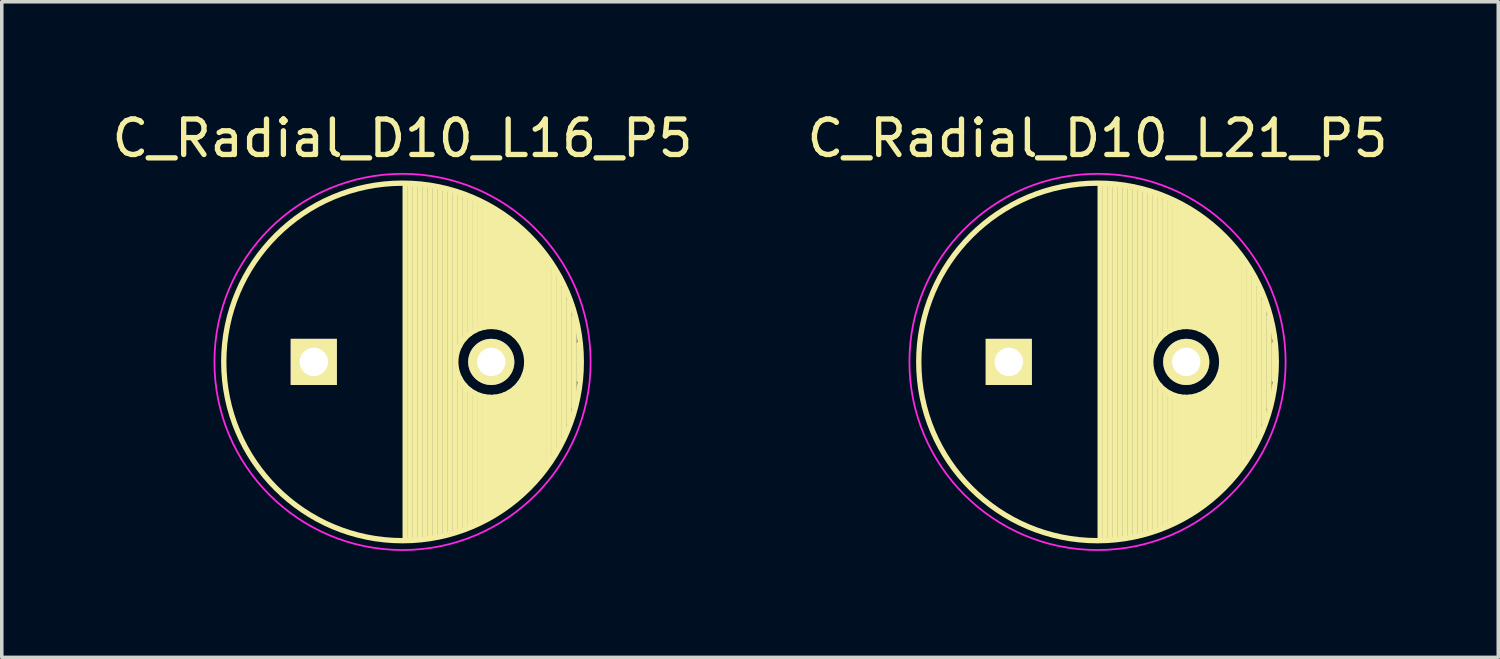
<source format=kicad_pcb>
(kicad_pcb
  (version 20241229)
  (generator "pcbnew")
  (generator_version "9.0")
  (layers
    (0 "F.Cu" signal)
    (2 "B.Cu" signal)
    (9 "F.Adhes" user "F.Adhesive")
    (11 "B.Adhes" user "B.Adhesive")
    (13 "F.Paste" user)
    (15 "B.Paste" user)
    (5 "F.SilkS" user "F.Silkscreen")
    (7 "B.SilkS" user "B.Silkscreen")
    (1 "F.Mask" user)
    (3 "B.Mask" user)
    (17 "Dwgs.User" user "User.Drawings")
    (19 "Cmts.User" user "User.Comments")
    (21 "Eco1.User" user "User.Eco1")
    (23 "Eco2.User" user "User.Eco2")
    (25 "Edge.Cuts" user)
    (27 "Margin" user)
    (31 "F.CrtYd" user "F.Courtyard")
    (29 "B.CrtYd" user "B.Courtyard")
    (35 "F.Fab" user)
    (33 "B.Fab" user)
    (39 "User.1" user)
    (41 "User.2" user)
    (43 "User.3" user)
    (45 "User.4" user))
  (footprint "C_Radial_D10_L16_P5"
    (layer "F.Cu")
    (at 5.792 7.148)
    (property "Reference" "C_Radial_D10_L16_P5" (at 2.5 -6.3 0) (layer "F.SilkS") (effects (font (size 1 1) (thickness 0.15))))
    (attr through_hole)
    (fp_line (start 2.575 -4.999) (end 2.575 4.999) (stroke (width 0.15) (type solid)) (layer "F.SilkS"))
    (fp_line (start 2.715 -4.995) (end 2.715 4.995) (stroke (width 0.15) (type solid)) (layer "F.SilkS"))
    (fp_line (start 2.855 -4.987) (end 2.855 4.987) (stroke (width 0.15) (type solid)) (layer "F.SilkS"))
    (fp_line (start 2.995 -4.975) (end 2.995 4.975) (stroke (width 0.15) (type solid)) (layer "F.SilkS"))
    (fp_line (start 3.135 -4.96) (end 3.135 4.96) (stroke (width 0.15) (type solid)) (layer "F.SilkS"))
    (fp_line (start 3.275 -4.94) (end 3.275 4.94) (stroke (width 0.15) (type solid)) (layer "F.SilkS"))
    (fp_line (start 3.415 -4.916) (end 3.415 4.916) (stroke (width 0.15) (type solid)) (layer "F.SilkS"))
    (fp_line (start 3.555 -4.887) (end 3.555 4.887) (stroke (width 0.15) (type solid)) (layer "F.SilkS"))
    (fp_line (start 3.695 -4.855) (end 3.695 4.855) (stroke (width 0.15) (type solid)) (layer "F.SilkS"))
    (fp_line (start 3.835 -4.818) (end 3.835 4.818) (stroke (width 0.15) (type solid)) (layer "F.SilkS"))
    (fp_line (start 3.975 -4.777) (end 3.975 4.777) (stroke (width 0.15) (type solid)) (layer "F.SilkS"))
    (fp_line (start 4.115 -4.732) (end 4.115 -0.466) (stroke (width 0.15) (type solid)) (layer "F.SilkS"))
    (fp_line (start 4.115 0.466) (end 4.115 4.732) (stroke (width 0.15) (type solid)) (layer "F.SilkS"))
    (fp_line (start 4.255 -4.682) (end 4.255 -0.667) (stroke (width 0.15) (type solid)) (layer "F.SilkS"))
    (fp_line (start 4.255 0.667) (end 4.255 4.682) (stroke (width 0.15) (type solid)) (layer "F.SilkS"))
    (fp_line (start 4.395 -4.627) (end 4.395 -0.796) (stroke (width 0.15) (type solid)) (layer "F.SilkS"))
    (fp_line (start 4.395 0.796) (end 4.395 4.627) (stroke (width 0.15) (type solid)) (layer "F.SilkS"))
    (fp_line (start 4.535 -4.567) (end 4.535 -0.885) (stroke (width 0.15) (type solid)) (layer "F.SilkS"))
    (fp_line (start 4.535 0.885) (end 4.535 4.567) (stroke (width 0.15) (type solid)) (layer "F.SilkS"))
    (fp_line (start 4.675 -4.502) (end 4.675 -0.946) (stroke (width 0.15) (type solid)) (layer "F.SilkS"))
    (fp_line (start 4.675 0.946) (end 4.675 4.502) (stroke (width 0.15) (type solid)) (layer "F.SilkS"))
    (fp_line (start 4.815 -4.432) (end 4.815 -0.983) (stroke (width 0.15) (type solid)) (layer "F.SilkS"))
    (fp_line (start 4.815 0.983) (end 4.815 4.432) (stroke (width 0.15) (type solid)) (layer "F.SilkS"))
    (fp_line (start 4.955 -4.356) (end 4.955 -0.999) (stroke (width 0.15) (type solid)) (layer "F.SilkS"))
    (fp_line (start 4.955 0.999) (end 4.955 4.356) (stroke (width 0.15) (type solid)) (layer "F.SilkS"))
    (fp_line (start 5.095 -4.274) (end 5.095 -0.995) (stroke (width 0.15) (type solid)) (layer "F.SilkS"))
    (fp_line (start 5.095 0.995) (end 5.095 4.274) (stroke (width 0.15) (type solid)) (layer "F.SilkS"))
    (fp_line (start 5.235 -4.186) (end 5.235 -0.972) (stroke (width 0.15) (type solid)) (layer "F.SilkS"))
    (fp_line (start 5.235 0.972) (end 5.235 4.186) (stroke (width 0.15) (type solid)) (layer "F.SilkS"))
    (fp_line (start 5.375 -4.091) (end 5.375 -0.927) (stroke (width 0.15) (type solid)) (layer "F.SilkS"))
    (fp_line (start 5.375 0.927) (end 5.375 4.091) (stroke (width 0.15) (type solid)) (layer "F.SilkS"))
    (fp_line (start 5.515 -3.989) (end 5.515 -0.857) (stroke (width 0.15) (type solid)) (layer "F.SilkS"))
    (fp_line (start 5.515 0.857) (end 5.515 3.989) (stroke (width 0.15) (type solid)) (layer "F.SilkS"))
    (fp_line (start 5.655 -3.879) (end 5.655 -0.756) (stroke (width 0.15) (type solid)) (layer "F.SilkS"))
    (fp_line (start 5.655 0.756) (end 5.655 3.879) (stroke (width 0.15) (type solid)) (layer "F.SilkS"))
    (fp_line (start 5.795 -3.761) (end 5.795 -0.607) (stroke (width 0.15) (type solid)) (layer "F.SilkS"))
    (fp_line (start 5.795 0.607) (end 5.795 3.761) (stroke (width 0.15) (type solid)) (layer "F.SilkS"))
    (fp_line (start 5.935 -3.633) (end 5.935 -0.355) (stroke (width 0.15) (type solid)) (layer "F.SilkS"))
    (fp_line (start 5.935 0.355) (end 5.935 3.633) (stroke (width 0.15) (type solid)) (layer "F.SilkS"))
    (fp_line (start 6.075 -3.496) (end 6.075 3.496) (stroke (width 0.15) (type solid)) (layer "F.SilkS"))
    (fp_line (start 6.215 -3.346) (end 6.215 3.346) (stroke (width 0.15) (type solid)) (layer "F.SilkS"))
    (fp_line (start 6.355 -3.184) (end 6.355 3.184) (stroke (width 0.15) (type solid)) (layer "F.SilkS"))
    (fp_line (start 6.495 -3.007) (end 6.495 3.007) (stroke (width 0.15) (type solid)) (layer "F.SilkS"))
    (fp_line (start 6.635 -2.811) (end 6.635 2.811) (stroke (width 0.15) (type solid)) (layer "F.SilkS"))
    (fp_line (start 6.775 -2.593) (end 6.775 2.593) (stroke (width 0.15) (type solid)) (layer "F.SilkS"))
    (fp_line (start 6.915 -2.347) (end 6.915 2.347) (stroke (width 0.15) (type solid)) (layer "F.SilkS"))
    (fp_line (start 7.055 -2.062) (end 7.055 2.062) (stroke (width 0.15) (type solid)) (layer "F.SilkS"))
    (fp_line (start 7.195 -1.72) (end 7.195 1.72) (stroke (width 0.15) (type solid)) (layer "F.SilkS"))
    (fp_line (start 7.335 -1.274) (end 7.335 1.274) (stroke (width 0.15) (type solid)) (layer "F.SilkS"))
    (fp_line (start 7.475 -0.499) (end 7.475 0.499) (stroke (width 0.15) (type solid)) (layer "F.SilkS"))
    (fp_circle (center 2.5 0) (end 2.5 -5.037) (stroke (width 0.15) (type solid)) (fill no) (layer "F.SilkS"))
    (fp_circle (center 5 0) (end 5 -1) (stroke (width 0.15) (type solid)) (fill no) (layer "F.SilkS"))
    (fp_circle (center 2.5 0) (end 2.5 -5.3) (stroke (width 0.05) (type solid)) (fill no) (layer "F.CrtYd"))
    (pad "1" thru_hole rect (at 0 0) (size 1.3 1.3) (drill 0.8) (layers "*.Cu" "*.Mask" "F.SilkS"))
    (pad "2" thru_hole circle (at 5 0) (size 1.3 1.3) (drill 0.8) (layers "*.Cu" "*.Mask" "F.SilkS")))
  (footprint "C_Radial_D10_L21_P5"
    (layer "F.Cu")
    (at 25.375 7.148)
    (property "Reference" "C_Radial_D10_L21_P5" (at 2.5 -6.3 0) (layer "F.SilkS") (effects (font (size 1 1) (thickness 0.15))))
    (attr through_hole)
    (fp_line (start 2.575 -4.999) (end 2.575 4.999) (stroke (width 0.15) (type solid)) (layer "F.SilkS"))
    (fp_line (start 2.715 -4.995) (end 2.715 4.995) (stroke (width 0.15) (type solid)) (layer "F.SilkS"))
    (fp_line (start 2.855 -4.987) (end 2.855 4.987) (stroke (width 0.15) (type solid)) (layer "F.SilkS"))
    (fp_line (start 2.995 -4.975) (end 2.995 4.975) (stroke (width 0.15) (type solid)) (layer "F.SilkS"))
    (fp_line (start 3.135 -4.96) (end 3.135 4.96) (stroke (width 0.15) (type solid)) (layer "F.SilkS"))
    (fp_line (start 3.275 -4.94) (end 3.275 4.94) (stroke (width 0.15) (type solid)) (layer "F.SilkS"))
    (fp_line (start 3.415 -4.916) (end 3.415 4.916) (stroke (width 0.15) (type solid)) (layer "F.SilkS"))
    (fp_line (start 3.555 -4.887) (end 3.555 4.887) (stroke (width 0.15) (type solid)) (layer "F.SilkS"))
    (fp_line (start 3.695 -4.855) (end 3.695 4.855) (stroke (width 0.15) (type solid)) (layer "F.SilkS"))
    (fp_line (start 3.835 -4.818) (end 3.835 4.818) (stroke (width 0.15) (type solid)) (layer "F.SilkS"))
    (fp_line (start 3.975 -4.777) (end 3.975 4.777) (stroke (width 0.15) (type solid)) (layer "F.SilkS"))
    (fp_line (start 4.115 -4.732) (end 4.115 -0.466) (stroke (width 0.15) (type solid)) (layer "F.SilkS"))
    (fp_line (start 4.115 0.466) (end 4.115 4.732) (stroke (width 0.15) (type solid)) (layer "F.SilkS"))
    (fp_line (start 4.255 -4.682) (end 4.255 -0.667) (stroke (width 0.15) (type solid)) (layer "F.SilkS"))
    (fp_line (start 4.255 0.667) (end 4.255 4.682) (stroke (width 0.15) (type solid)) (layer "F.SilkS"))
    (fp_line (start 4.395 -4.627) (end 4.395 -0.796) (stroke (width 0.15) (type solid)) (layer "F.SilkS"))
    (fp_line (start 4.395 0.796) (end 4.395 4.627) (stroke (width 0.15) (type solid)) (layer "F.SilkS"))
    (fp_line (start 4.535 -4.567) (end 4.535 -0.885) (stroke (width 0.15) (type solid)) (layer "F.SilkS"))
    (fp_line (start 4.535 0.885) (end 4.535 4.567) (stroke (width 0.15) (type solid)) (layer "F.SilkS"))
    (fp_line (start 4.675 -4.502) (end 4.675 -0.946) (stroke (width 0.15) (type solid)) (layer "F.SilkS"))
    (fp_line (start 4.675 0.946) (end 4.675 4.502) (stroke (width 0.15) (type solid)) (layer "F.SilkS"))
    (fp_line (start 4.815 -4.432) (end 4.815 -0.983) (stroke (width 0.15) (type solid)) (layer "F.SilkS"))
    (fp_line (start 4.815 0.983) (end 4.815 4.432) (stroke (width 0.15) (type solid)) (layer "F.SilkS"))
    (fp_line (start 4.955 -4.356) (end 4.955 -0.999) (stroke (width 0.15) (type solid)) (layer "F.SilkS"))
    (fp_line (start 4.955 0.999) (end 4.955 4.356) (stroke (width 0.15) (type solid)) (layer "F.SilkS"))
    (fp_line (start 5.095 -4.274) (end 5.095 -0.995) (stroke (width 0.15) (type solid)) (layer "F.SilkS"))
    (fp_line (start 5.095 0.995) (end 5.095 4.274) (stroke (width 0.15) (type solid)) (layer "F.SilkS"))
    (fp_line (start 5.235 -4.186) (end 5.235 -0.972) (stroke (width 0.15) (type solid)) (layer "F.SilkS"))
    (fp_line (start 5.235 0.972) (end 5.235 4.186) (stroke (width 0.15) (type solid)) (layer "F.SilkS"))
    (fp_line (start 5.375 -4.091) (end 5.375 -0.927) (stroke (width 0.15) (type solid)) (layer "F.SilkS"))
    (fp_line (start 5.375 0.927) (end 5.375 4.091) (stroke (width 0.15) (type solid)) (layer "F.SilkS"))
    (fp_line (start 5.515 -3.989) (end 5.515 -0.857) (stroke (width 0.15) (type solid)) (layer "F.SilkS"))
    (fp_line (start 5.515 0.857) (end 5.515 3.989) (stroke (width 0.15) (type solid)) (layer "F.SilkS"))
    (fp_line (start 5.655 -3.879) (end 5.655 -0.756) (stroke (width 0.15) (type solid)) (layer "F.SilkS"))
    (fp_line (start 5.655 0.756) (end 5.655 3.879) (stroke (width 0.15) (type solid)) (layer "F.SilkS"))
    (fp_line (start 5.795 -3.761) (end 5.795 -0.607) (stroke (width 0.15) (type solid)) (layer "F.SilkS"))
    (fp_line (start 5.795 0.607) (end 5.795 3.761) (stroke (width 0.15) (type solid)) (layer "F.SilkS"))
    (fp_line (start 5.935 -3.633) (end 5.935 -0.355) (stroke (width 0.15) (type solid)) (layer "F.SilkS"))
    (fp_line (start 5.935 0.355) (end 5.935 3.633) (stroke (width 0.15) (type solid)) (layer "F.SilkS"))
    (fp_line (start 6.075 -3.496) (end 6.075 3.496) (stroke (width 0.15) (type solid)) (layer "F.SilkS"))
    (fp_line (start 6.215 -3.346) (end 6.215 3.346) (stroke (width 0.15) (type solid)) (layer "F.SilkS"))
    (fp_line (start 6.355 -3.184) (end 6.355 3.184) (stroke (width 0.15) (type solid)) (layer "F.SilkS"))
    (fp_line (start 6.495 -3.007) (end 6.495 3.007) (stroke (width 0.15) (type solid)) (layer "F.SilkS"))
    (fp_line (start 6.635 -2.811) (end 6.635 2.811) (stroke (width 0.15) (type solid)) (layer "F.SilkS"))
    (fp_line (start 6.775 -2.593) (end 6.775 2.593) (stroke (width 0.15) (type solid)) (layer "F.SilkS"))
    (fp_line (start 6.915 -2.347) (end 6.915 2.347) (stroke (width 0.15) (type solid)) (layer "F.SilkS"))
    (fp_line (start 7.055 -2.062) (end 7.055 2.062) (stroke (width 0.15) (type solid)) (layer "F.SilkS"))
    (fp_line (start 7.195 -1.72) (end 7.195 1.72) (stroke (width 0.15) (type solid)) (layer "F.SilkS"))
    (fp_line (start 7.335 -1.274) (end 7.335 1.274) (stroke (width 0.15) (type solid)) (layer "F.SilkS"))
    (fp_line (start 7.475 -0.499) (end 7.475 0.499) (stroke (width 0.15) (type solid)) (layer "F.SilkS"))
    (fp_circle (center 2.5 0) (end 2.5 -5.037) (stroke (width 0.15) (type solid)) (fill no) (layer "F.SilkS"))
    (fp_circle (center 5 0) (end 5 -1) (stroke (width 0.15) (type solid)) (fill no) (layer "F.SilkS"))
    (fp_circle (center 2.5 0) (end 2.5 -5.3) (stroke (width 0.05) (type solid)) (fill no) (layer "F.CrtYd"))
    (pad "1" thru_hole rect (at 0 0) (size 1.3 1.3) (drill 0.8) (layers "*.Cu" "*.Mask" "F.SilkS"))
    (pad "2" thru_hole circle (at 5 0) (size 1.3 1.3) (drill 0.8) (layers "*.Cu" "*.Mask" "F.SilkS")))
  (gr_rect
    (start -3 -3)
    (end 39.167 15.473)
    (stroke (width 0.1) (type default))
    (fill no)
    (layer "Edge.Cuts")))
</source>
